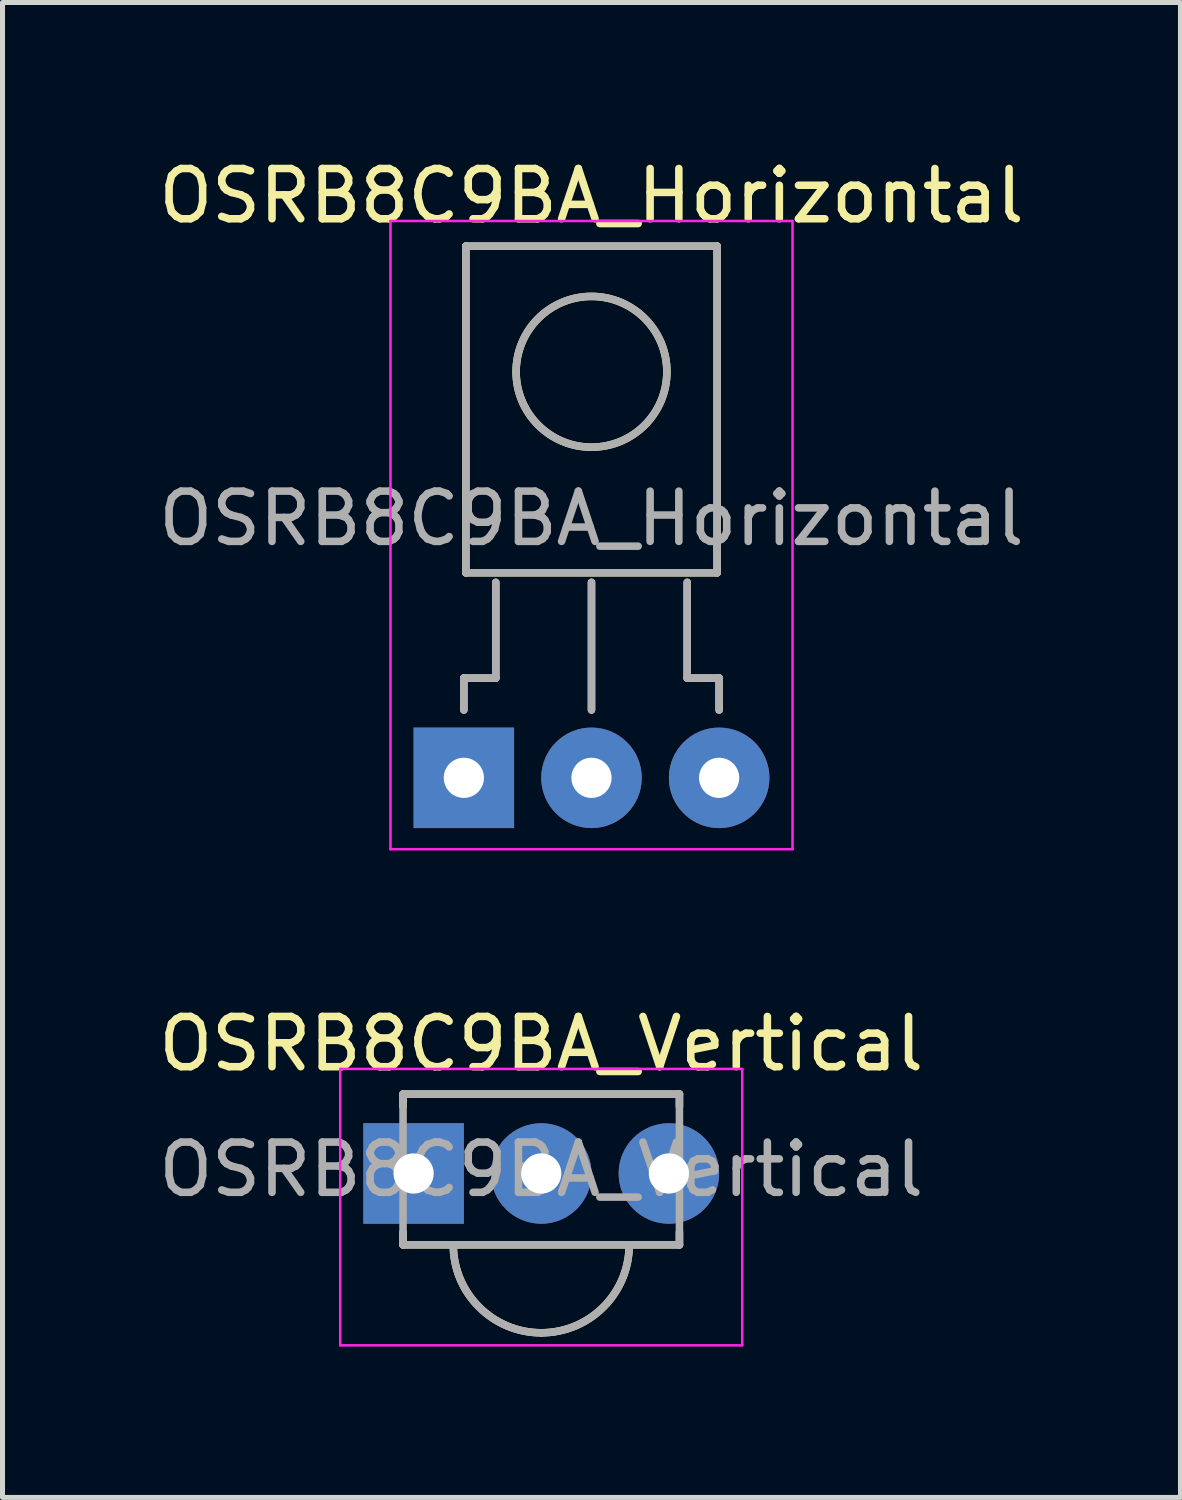
<source format=kicad_pcb>
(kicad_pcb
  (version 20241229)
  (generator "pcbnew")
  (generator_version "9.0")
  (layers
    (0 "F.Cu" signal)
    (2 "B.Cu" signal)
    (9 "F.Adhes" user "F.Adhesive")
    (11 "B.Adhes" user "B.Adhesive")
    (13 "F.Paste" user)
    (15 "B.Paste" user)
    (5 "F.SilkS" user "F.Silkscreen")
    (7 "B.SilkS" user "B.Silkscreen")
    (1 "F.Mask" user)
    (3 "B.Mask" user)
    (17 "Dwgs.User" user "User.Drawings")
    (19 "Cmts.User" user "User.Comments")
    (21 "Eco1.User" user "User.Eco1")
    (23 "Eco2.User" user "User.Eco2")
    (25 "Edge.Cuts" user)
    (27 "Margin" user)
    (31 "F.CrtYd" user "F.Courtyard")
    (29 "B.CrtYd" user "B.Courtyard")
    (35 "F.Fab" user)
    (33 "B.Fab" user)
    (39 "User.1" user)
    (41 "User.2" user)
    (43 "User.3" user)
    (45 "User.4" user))
  (footprint "OSRB8C9BA_Horizontal"
    (layer "F.Cu")
    (at 8.72 12.428)
    (property "Reference" "OSRB8C9BA_Horizontal" (at 0 -11.58 0) (layer "F.SilkS") (effects (font (size 1 1) (thickness 0.15))))
    (attr through_hole)
    (fp_line (start -2.54 -1.985) (end -1.905 -1.985) (stroke (width 0.15) (type solid)) (layer "F.SilkS"))
    (fp_line (start -2.54 -1.35) (end -2.54 -1.985) (stroke (width 0.15) (type solid)) (layer "F.SilkS"))
    (fp_line (start -2.5 -10.58) (end -2.5 -4.08) (stroke (width 0.15) (type solid)) (layer "F.SilkS"))
    (fp_line (start -2.5 -4.08) (end 2.5 -4.08) (stroke (width 0.15) (type solid)) (layer "F.SilkS"))
    (fp_line (start -1.905 -1.985) (end -1.905 -3.89) (stroke (width 0.15) (type solid)) (layer "F.SilkS"))
    (fp_line (start 0 -1.35) (end 0 -3.89) (stroke (width 0.15) (type solid)) (layer "F.SilkS"))
    (fp_line (start 1.905 -1.985) (end 1.905 -3.89) (stroke (width 0.15) (type solid)) (layer "F.SilkS"))
    (fp_line (start 2.5 -10.58) (end -2.5 -10.58) (stroke (width 0.15) (type solid)) (layer "F.SilkS"))
    (fp_line (start 2.5 -4.08) (end 2.5 -10.58) (stroke (width 0.15) (type solid)) (layer "F.SilkS"))
    (fp_line (start 2.54 -1.985) (end 1.905 -1.985) (stroke (width 0.15) (type solid)) (layer "F.SilkS"))
    (fp_line (start 2.54 -1.35) (end 2.54 -1.985) (stroke (width 0.15) (type solid)) (layer "F.SilkS"))
    (fp_circle (center 0 -8.08) (end 1.5 -8.08) (stroke (width 0.15) (type solid)) (fill no) (layer "F.SilkS"))
    (fp_line (start -4 -11.08) (end -4 1.42) (stroke (width 0.05) (type solid)) (layer "F.CrtYd"))
    (fp_line (start -4 1.42) (end 4 1.42) (stroke (width 0.05) (type solid)) (layer "F.CrtYd"))
    (fp_line (start 4 -11.08) (end -4 -11.08) (stroke (width 0.05) (type solid)) (layer "F.CrtYd"))
    (fp_line (start 4 1.42) (end 4 -11.08) (stroke (width 0.05) (type solid)) (layer "F.CrtYd"))
    (fp_line (start -2.54 -1.985) (end -1.905 -1.985) (stroke (width 0.15) (type solid)) (layer "F.Fab"))
    (fp_line (start -2.54 -1.35) (end -2.54 -1.985) (stroke (width 0.15) (type solid)) (layer "F.Fab"))
    (fp_line (start -2.5 -10.58) (end -2.5 -4.08) (stroke (width 0.15) (type solid)) (layer "F.Fab"))
    (fp_line (start -2.5 -4.08) (end 2.5 -4.08) (stroke (width 0.15) (type solid)) (layer "F.Fab"))
    (fp_line (start -1.905 -1.985) (end -1.905 -3.89) (stroke (width 0.15) (type solid)) (layer "F.Fab"))
    (fp_line (start 0 -1.35) (end 0 -3.89) (stroke (width 0.15) (type solid)) (layer "F.Fab"))
    (fp_line (start 1.905 -1.985) (end 1.905 -3.89) (stroke (width 0.15) (type solid)) (layer "F.Fab"))
    (fp_line (start 2.5 -10.58) (end -2.5 -10.58) (stroke (width 0.15) (type solid)) (layer "F.Fab"))
    (fp_line (start 2.5 -4.08) (end 2.5 -10.58) (stroke (width 0.15) (type solid)) (layer "F.Fab"))
    (fp_line (start 2.54 -1.985) (end 1.905 -1.985) (stroke (width 0.15) (type solid)) (layer "F.Fab"))
    (fp_line (start 2.54 -1.35) (end 2.54 -1.985) (stroke (width 0.15) (type solid)) (layer "F.Fab"))
    (fp_circle (center 0 -8.08) (end 1.5 -8.08) (stroke (width 0.15) (type solid)) (fill no) (layer "F.Fab"))
    (fp_text user "${REFERENCE}" (at 0 -5.16 0) (layer "F.Fab") (effects (font (size 1 1) (thickness 0.15))))
    (pad "1" thru_hole rect (at -2.54 0) (size 2 2) (drill 0.8) (layers "*.Cu" "*.Mask"))
    (pad "2" thru_hole circle (at 0 0) (size 2 2) (drill 0.8) (layers "*.Cu" "*.Mask"))
    (pad "3" thru_hole circle (at 2.54 0) (size 2 2) (drill 0.8) (layers "*.Cu" "*.Mask")))
  (footprint "OSRB8C9BA_Vertical"
    (layer "F.Cu")
    (at 7.72 20.221)
    (property "Reference" "OSRB8C9BA_Vertical" (at 0 -2.5 0) (layer "F.SilkS") (effects (font (size 1 1) (thickness 0.15))))
    (attr through_hole)
    (fp_line (start -2.75 -1.5) (end 2.75 -1.5) (stroke (width 0.15) (type solid)) (layer "F.SilkS"))
    (fp_line (start -2.75 -1.25) (end -2.75 -1.5) (stroke (width 0.15) (type solid)) (layer "F.SilkS"))
    (fp_line (start -2.75 1.5) (end -2.75 1.25) (stroke (width 0.15) (type solid)) (layer "F.SilkS"))
    (fp_line (start 2.75 -1.5) (end 2.75 -1.25) (stroke (width 0.15) (type solid)) (layer "F.SilkS"))
    (fp_line (start 2.75 1.5) (end -2.75 1.5) (stroke (width 0.15) (type solid)) (layer "F.SilkS"))
    (fp_line (start 2.75 1.5) (end 2.75 1.25) (stroke (width 0.15) (type solid)) (layer "F.SilkS"))
    (fp_arc (start 0 3.25) (mid -1.237437 2.737437) (end -1.75 1.5) (stroke (width 0.15) (type solid)) (layer "F.SilkS"))
    (fp_arc (start 1.75 1.5) (mid 1.237437 2.737437) (end 0 3.25) (stroke (width 0.15) (type solid)) (layer "F.SilkS"))
    (fp_line (start -4 -2) (end -4 3.5) (stroke (width 0.05) (type solid)) (layer "F.CrtYd"))
    (fp_line (start -4 3.5) (end 4 3.5) (stroke (width 0.05) (type solid)) (layer "F.CrtYd"))
    (fp_line (start 4 -2) (end -4 -2) (stroke (width 0.05) (type solid)) (layer "F.CrtYd"))
    (fp_line (start 4 3.5) (end 4 -2) (stroke (width 0.05) (type solid)) (layer "F.CrtYd"))
    (fp_line (start -2.75 -1.5) (end 2.75 -1.5) (stroke (width 0.15) (type solid)) (layer "F.Fab"))
    (fp_line (start -2.75 1.5) (end -2.75 -1.5) (stroke (width 0.15) (type solid)) (layer "F.Fab"))
    (fp_line (start 2.75 -1.5) (end 2.75 1.5) (stroke (width 0.15) (type solid)) (layer "F.Fab"))
    (fp_line (start 2.75 1.5) (end -2.75 1.5) (stroke (width 0.15) (type solid)) (layer "F.Fab"))
    (fp_arc (start 0 3.25) (mid -1.237437 2.737437) (end -1.75 1.5) (stroke (width 0.15) (type solid)) (layer "F.Fab"))
    (fp_arc (start 1.75 1.5) (mid 1.237437 2.737437) (end 0 3.25) (stroke (width 0.15) (type solid)) (layer "F.Fab"))
    (fp_text user "${REFERENCE}" (at 0 0 0) (layer "F.Fab") (effects (font (size 1 1) (thickness 0.15))))
    (pad "1" thru_hole rect (at -2.54 0.08) (size 2 2) (drill 0.8) (layers "*.Cu" "*.Mask"))
    (pad "2" thru_hole circle (at 0 0.08) (size 2 2) (drill 0.8) (layers "*.Cu" "*.Mask"))
    (pad "3" thru_hole circle (at 2.54 0.08) (size 2 2) (drill 0.8) (layers "*.Cu" "*.Mask")))
  (gr_rect
    (start -3 -3)
    (end 20.44 26.747)
    (stroke (width 0.1) (type default))
    (fill no)
    (layer "Edge.Cuts")))
</source>
